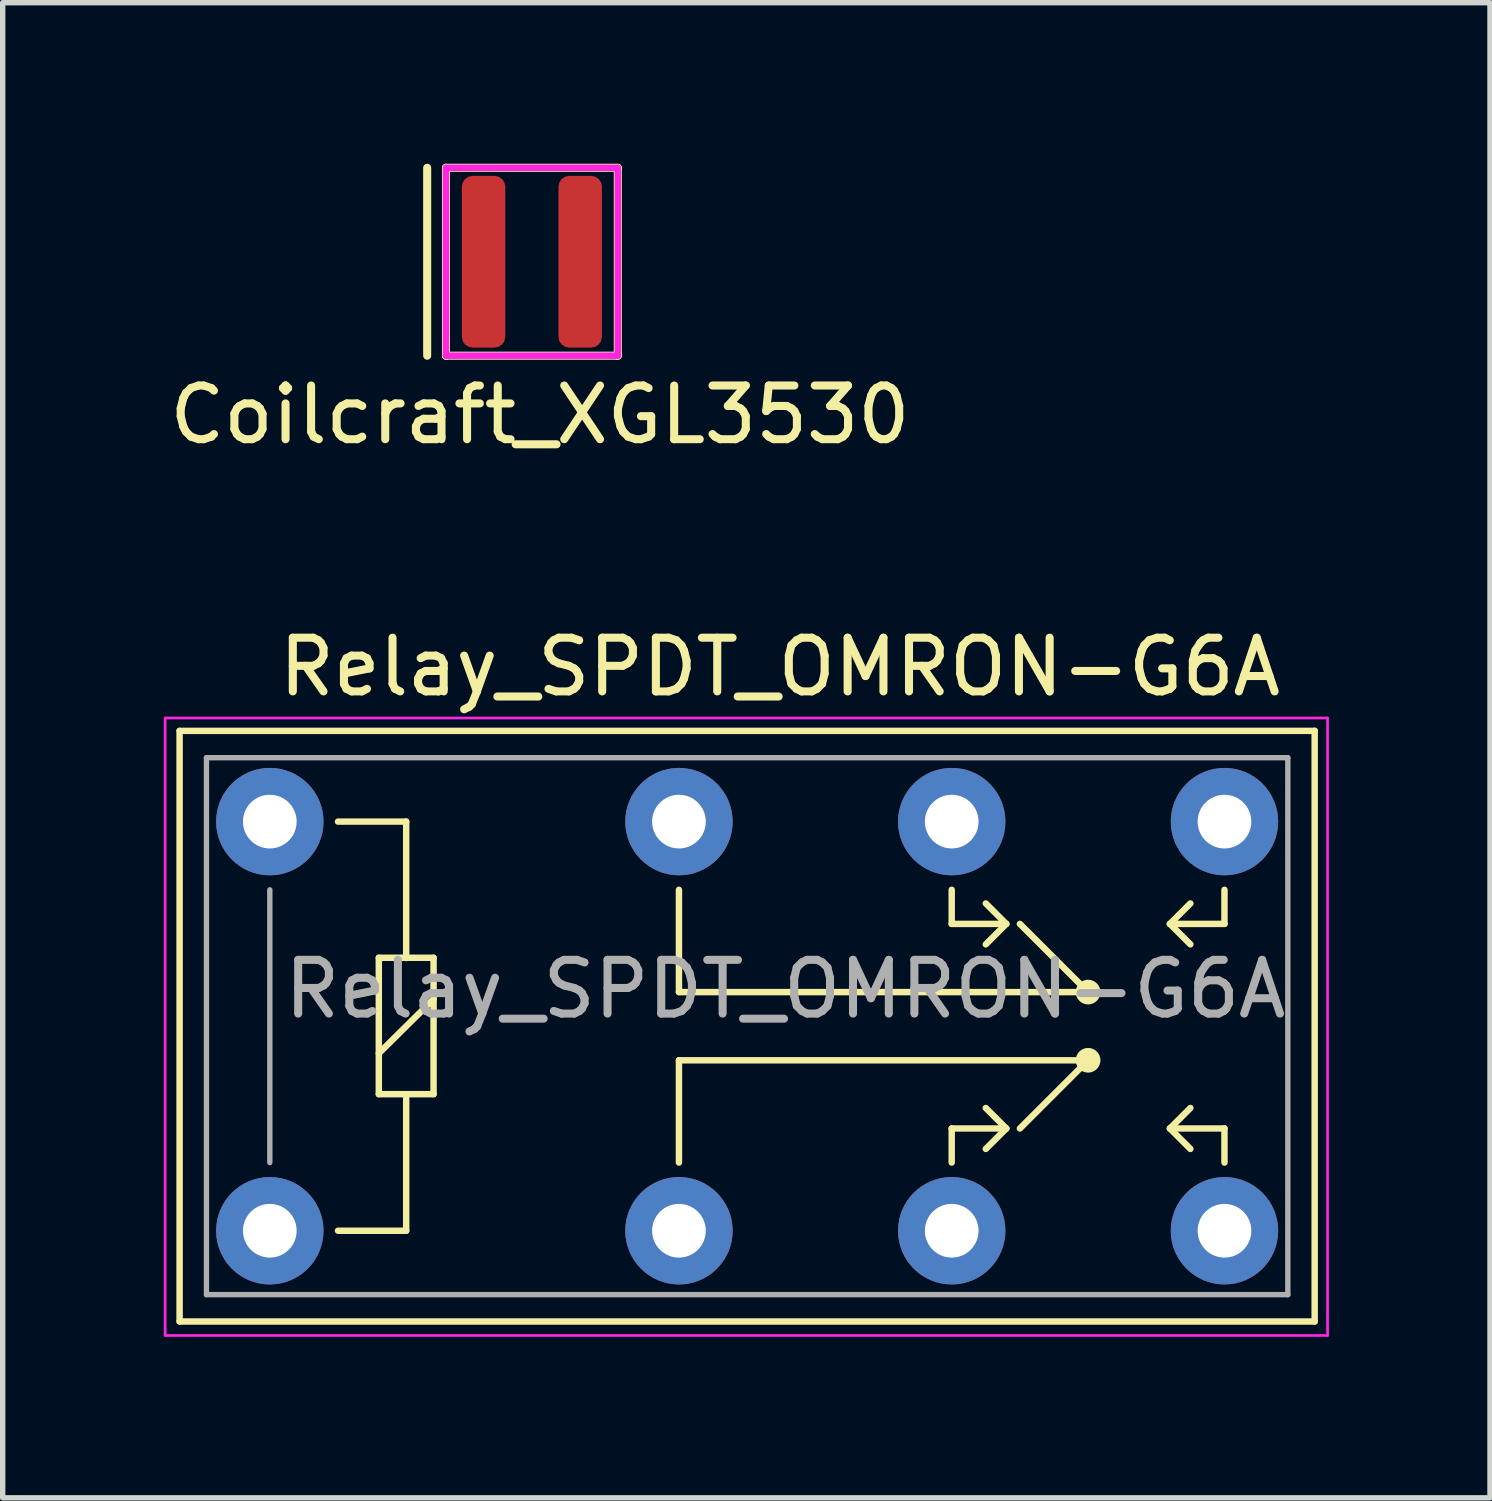
<source format=kicad_pcb>
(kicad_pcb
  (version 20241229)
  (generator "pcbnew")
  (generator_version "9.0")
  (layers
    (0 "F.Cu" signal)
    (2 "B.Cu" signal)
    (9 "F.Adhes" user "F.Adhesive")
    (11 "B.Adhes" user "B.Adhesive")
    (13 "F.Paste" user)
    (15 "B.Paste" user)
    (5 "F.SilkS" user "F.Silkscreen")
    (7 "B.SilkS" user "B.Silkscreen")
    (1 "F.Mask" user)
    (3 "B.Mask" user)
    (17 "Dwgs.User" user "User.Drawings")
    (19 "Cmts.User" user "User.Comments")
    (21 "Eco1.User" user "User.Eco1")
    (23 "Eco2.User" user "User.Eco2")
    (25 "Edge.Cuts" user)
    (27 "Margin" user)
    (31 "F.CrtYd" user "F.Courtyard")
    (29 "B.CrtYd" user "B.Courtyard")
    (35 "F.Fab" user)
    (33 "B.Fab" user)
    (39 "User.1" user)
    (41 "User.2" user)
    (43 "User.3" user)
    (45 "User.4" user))
  (footprint "Coilcraft_XGL3530"
    (layer "F.Cu")
    (at 5.956 1.825)
    (property "Reference" "Coilcraft_XGL3530" (at 1.05 2.85 0) (layer "F.SilkS") (effects (font (size 1 1) (thickness 0.15))))
    (attr through_hole)
    (fp_line (start -1.05 -1.75) (end -1.05 1.75) (stroke (width 0.15) (type solid)) (layer "F.SilkS"))
    (fp_line (start -0.7 -1.75) (end 2.5 -1.75) (stroke (width 0.15) (type solid)) (layer "F.SilkS"))
    (fp_line (start -0.7 1.75) (end -0.7 -1.75) (stroke (width 0.15) (type solid)) (layer "F.SilkS"))
    (fp_line (start 2.5 -1.75) (end 2.5 1.75) (stroke (width 0.15) (type solid)) (layer "F.SilkS"))
    (fp_line (start 2.5 1.75) (end -0.7 1.75) (stroke (width 0.15) (type solid)) (layer "F.SilkS"))
    (fp_line (start -0.7 -1.75) (end -0.7 1.75) (stroke (width 0.12) (type solid)) (layer "F.CrtYd"))
    (fp_line (start -0.7 1.75) (end 2.5 1.75) (stroke (width 0.12) (type solid)) (layer "F.CrtYd"))
    (fp_line (start 2.5 -1.75) (end -0.7 -1.75) (stroke (width 0.12) (type solid)) (layer "F.CrtYd"))
    (fp_line (start 2.5 1.75) (end 2.5 -1.75) (stroke (width 0.12) (type solid)) (layer "F.CrtYd"))
    (pad "1" smd roundrect (at 0 0) (size 0.81 3.2) (layers "F.Cu" "F.Mask" "F.Paste") (roundrect_rratio 0.25))
    (pad "2" smd roundrect (at 1.8 0) (size 0.81 3.2) (layers "F.Cu" "F.Mask" "F.Paste") (roundrect_rratio 0.25)))
  (footprint "Relay_SPDT_OMRON-G6A"
    (layer "F.Cu")
    (at 1.975 19.872)
    (property "Reference" "Relay_SPDT_OMRON-G6A" (at 9.5 -10.5 180) (layer "F.SilkS") (effects (font (size 1 1) (thickness 0.15))))
    (attr through_hole)
    (fp_line (start -1.68 -9.31) (end 19.46 -9.31) (stroke (width 0.12) (type solid)) (layer "F.SilkS"))
    (fp_line (start -1.68 1.69) (end -1.68 -9.31) (stroke (width 0.12) (type solid)) (layer "F.SilkS"))
    (fp_line (start -1.68 1.69) (end 19.46 1.69) (stroke (width 0.12) (type solid)) (layer "F.SilkS"))
    (fp_line (start 1.27 0) (end 2.54 0) (stroke (width 0.12) (type solid)) (layer "F.SilkS"))
    (fp_line (start 2.03 -5.084) (end 2.54 -5.084) (stroke (width 0.12) (type solid)) (layer "F.SilkS"))
    (fp_line (start 2.03 -3.304) (end 3.05 -4.314) (stroke (width 0.12) (type solid)) (layer "F.SilkS"))
    (fp_line (start 2.03 -2.544) (end 2.03 -5.084) (stroke (width 0.12) (type solid)) (layer "F.SilkS"))
    (fp_line (start 2.54 -7.62) (end 1.27 -7.62) (stroke (width 0.12) (type solid)) (layer "F.SilkS"))
    (fp_line (start 2.54 -5.084) (end 3.05 -5.084) (stroke (width 0.12) (type solid)) (layer "F.SilkS"))
    (fp_line (start 2.54 -5.08) (end 2.54 -7.62) (stroke (width 0.12) (type solid)) (layer "F.SilkS"))
    (fp_line (start 2.54 -2.544) (end 2.03 -2.544) (stroke (width 0.12) (type solid)) (layer "F.SilkS"))
    (fp_line (start 2.54 0) (end 2.54 -2.54) (stroke (width 0.12) (type solid)) (layer "F.SilkS"))
    (fp_line (start 3.05 -5.084) (end 3.05 -2.544) (stroke (width 0.12) (type solid)) (layer "F.SilkS"))
    (fp_line (start 3.05 -2.544) (end 2.54 -2.544) (stroke (width 0.12) (type solid)) (layer "F.SilkS"))
    (fp_line (start 7.62 -6.35) (end 7.62 -4.445) (stroke (width 0.12) (type solid)) (layer "F.SilkS"))
    (fp_line (start 7.62 -4.445) (end 15.24 -4.445) (stroke (width 0.12) (type solid)) (layer "F.SilkS"))
    (fp_line (start 7.62 -3.175) (end 15.24 -3.175) (stroke (width 0.12) (type solid)) (layer "F.SilkS"))
    (fp_line (start 7.62 -1.27) (end 7.62 -3.175) (stroke (width 0.12) (type solid)) (layer "F.SilkS"))
    (fp_line (start 12.7 -6.35) (end 12.7 -5.715) (stroke (width 0.12) (type solid)) (layer "F.SilkS"))
    (fp_line (start 12.7 -5.715) (end 13.716 -5.715) (stroke (width 0.12) (type solid)) (layer "F.SilkS"))
    (fp_line (start 12.7 -1.905) (end 13.716 -1.905) (stroke (width 0.12) (type solid)) (layer "F.SilkS"))
    (fp_line (start 12.7 -1.27) (end 12.7 -1.905) (stroke (width 0.12) (type solid)) (layer "F.SilkS"))
    (fp_line (start 13.716 -5.715) (end 13.335 -6.096) (stroke (width 0.12) (type solid)) (layer "F.SilkS"))
    (fp_line (start 13.716 -5.715) (end 13.335 -5.334) (stroke (width 0.12) (type solid)) (layer "F.SilkS"))
    (fp_line (start 13.716 -1.905) (end 13.335 -2.286) (stroke (width 0.12) (type solid)) (layer "F.SilkS"))
    (fp_line (start 13.716 -1.905) (end 13.335 -1.524) (stroke (width 0.12) (type solid)) (layer "F.SilkS"))
    (fp_line (start 15.24 -4.445) (end 13.97 -5.715) (stroke (width 0.12) (type solid)) (layer "F.SilkS"))
    (fp_line (start 15.24 -3.175) (end 13.97 -1.905) (stroke (width 0.12) (type solid)) (layer "F.SilkS"))
    (fp_line (start 16.764 -5.715) (end 17.145 -6.096) (stroke (width 0.12) (type solid)) (layer "F.SilkS"))
    (fp_line (start 16.764 -5.715) (end 17.145 -5.334) (stroke (width 0.12) (type solid)) (layer "F.SilkS"))
    (fp_line (start 16.764 -5.715) (end 17.78 -5.715) (stroke (width 0.12) (type solid)) (layer "F.SilkS"))
    (fp_line (start 16.764 -1.905) (end 17.145 -2.286) (stroke (width 0.12) (type solid)) (layer "F.SilkS"))
    (fp_line (start 16.764 -1.905) (end 17.145 -1.524) (stroke (width 0.12) (type solid)) (layer "F.SilkS"))
    (fp_line (start 16.764 -1.905) (end 17.78 -1.905) (stroke (width 0.12) (type solid)) (layer "F.SilkS"))
    (fp_line (start 17.78 -6.35) (end 17.78 -5.715) (stroke (width 0.12) (type solid)) (layer "F.SilkS"))
    (fp_line (start 17.78 -1.27) (end 17.78 -1.905) (stroke (width 0.12) (type solid)) (layer "F.SilkS"))
    (fp_line (start 19.46 1.69) (end 19.46 -9.31) (stroke (width 0.12) (type solid)) (layer "F.SilkS"))
    (fp_circle (center 15.24 -4.445) (end 15.24 -4.575) (stroke (width 0.2) (type solid)) (fill no) (layer "F.SilkS"))
    (fp_circle (center 15.24 -3.175) (end 15.24 -3.045) (stroke (width 0.2) (type solid)) (fill no) (layer "F.SilkS"))
    (fp_line (start -1.95 -9.55) (end 19.7 -9.55) (stroke (width 0.05) (type solid)) (layer "F.CrtYd"))
    (fp_line (start -1.95 1.95) (end -1.95 -9.55) (stroke (width 0.05) (type solid)) (layer "F.CrtYd"))
    (fp_line (start 19.7 -9.55) (end 19.7 1.95) (stroke (width 0.05) (type solid)) (layer "F.CrtYd"))
    (fp_line (start 19.7 1.95) (end -1.95 1.95) (stroke (width 0.05) (type solid)) (layer "F.CrtYd"))
    (fp_line (start -1.18 -8.81) (end 18.96 -8.81) (stroke (width 0.1) (type solid)) (layer "F.Fab"))
    (fp_line (start -1.18 1.19) (end -1.18 -8.81) (stroke (width 0.1) (type solid)) (layer "F.Fab"))
    (fp_line (start 0 -1.27) (end 0 -6.35) (stroke (width 0.1) (type solid)) (layer "F.Fab"))
    (fp_line (start 18.96 -8.81) (end 18.96 1.19) (stroke (width 0.1) (type solid)) (layer "F.Fab"))
    (fp_line (start 18.96 1.19) (end -1.18 1.19) (stroke (width 0.1) (type solid)) (layer "F.Fab"))
    (fp_text user "${REFERENCE}" (at 9.6 -4.5 0) (layer "F.Fab") (effects (font (size 1 1) (thickness 0.15))))
    (pad "1" thru_hole circle (at 0 0 180) (size 2 2) (drill 1) (layers "*.Cu" "*.Mask"))
    (pad "4" thru_hole circle (at 7.62 0 180) (size 2 2) (drill 1) (layers "*.Cu" "*.Mask"))
    (pad "6" thru_hole circle (at 12.7 0 180) (size 2 2) (drill 1) (layers "*.Cu" "*.Mask"))
    (pad "8" thru_hole circle (at 17.78 0 180) (size 2 2) (drill 1) (layers "*.Cu" "*.Mask"))
    (pad "9" thru_hole circle (at 17.78 -7.62 180) (size 2 2) (drill 1) (layers "*.Cu" "*.Mask"))
    (pad "11" thru_hole circle (at 12.7 -7.62 180) (size 2 2) (drill 1) (layers "*.Cu" "*.Mask"))
    (pad "13" thru_hole circle (at 7.62 -7.62 180) (size 2 2) (drill 1) (layers "*.Cu" "*.Mask"))
    (pad "16" thru_hole circle (at 0 -7.62 180) (size 2 2) (drill 1) (layers "*.Cu" "*.Mask")))
  (gr_rect
    (start -3 -3)
    (end 24.7 24.846)
    (stroke (width 0.1) (type default))
    (fill no)
    (layer "Edge.Cuts")))
</source>
